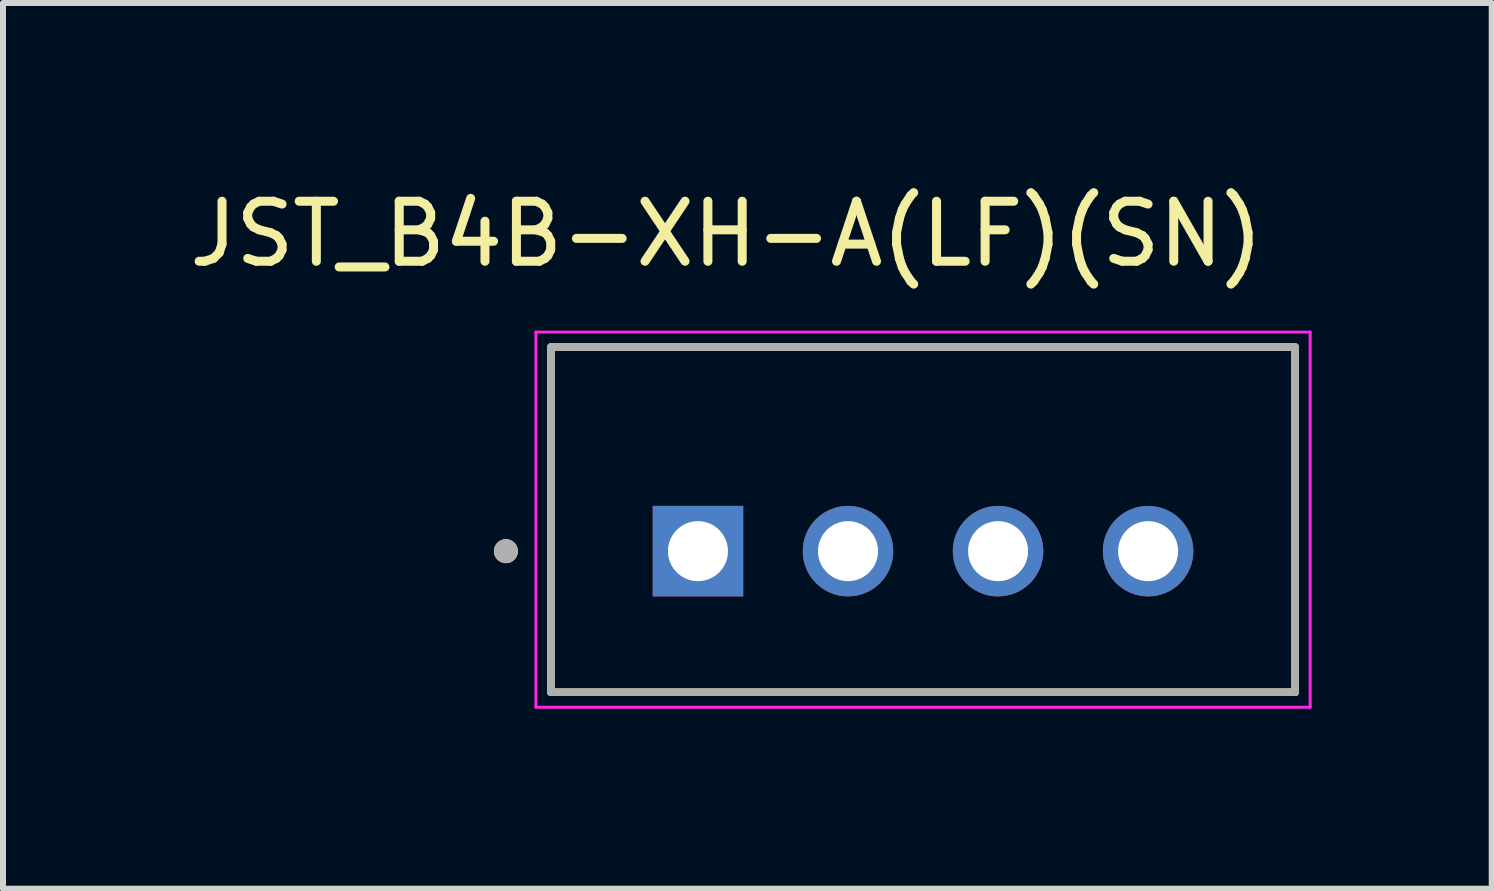
<source format=kicad_pcb>
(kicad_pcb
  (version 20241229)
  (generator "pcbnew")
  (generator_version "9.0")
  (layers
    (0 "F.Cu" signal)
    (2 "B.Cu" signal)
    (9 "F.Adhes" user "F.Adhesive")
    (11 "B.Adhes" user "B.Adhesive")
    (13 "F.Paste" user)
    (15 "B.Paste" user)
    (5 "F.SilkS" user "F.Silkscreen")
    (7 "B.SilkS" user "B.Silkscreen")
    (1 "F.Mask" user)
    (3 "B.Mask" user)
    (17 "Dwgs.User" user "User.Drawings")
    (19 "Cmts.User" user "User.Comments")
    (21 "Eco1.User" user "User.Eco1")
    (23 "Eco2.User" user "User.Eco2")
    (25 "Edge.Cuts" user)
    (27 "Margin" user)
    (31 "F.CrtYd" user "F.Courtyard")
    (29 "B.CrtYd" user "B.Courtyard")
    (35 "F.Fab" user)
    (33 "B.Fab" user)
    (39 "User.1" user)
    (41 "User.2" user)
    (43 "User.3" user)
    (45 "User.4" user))
  (footprint "JST_B4B-XH-A(LF)(SN)"
    (layer "F.Cu")
    (at 12.329 5.608)
    (property "Reference" "JST_B4B-XH-A(LF)(SN)" (at -3.275 -4.76 0) (layer "F.SilkS") (effects (font (size 1 1) (thickness 0.15))))
    (attr through_hole)
    (fp_line (start -6.2 -2.875) (end 6.2 -2.875) (stroke (width 0.127) (type solid)) (layer "F.SilkS"))
    (fp_line (start -6.2 2.875) (end -6.2 -2.875) (stroke (width 0.127) (type solid)) (layer "F.SilkS"))
    (fp_line (start 6.2 -2.875) (end 6.2 2.875) (stroke (width 0.127) (type solid)) (layer "F.SilkS"))
    (fp_line (start 6.2 2.875) (end -6.2 2.875) (stroke (width 0.127) (type solid)) (layer "F.SilkS"))
    (fp_circle (center -6.95 0.525) (end -6.85 0.525) (stroke (width 0.2) (type solid)) (fill no) (layer "F.SilkS"))
    (fp_line (start -6.45 -3.125) (end -6.45 3.125) (stroke (width 0.05) (type solid)) (layer "F.CrtYd"))
    (fp_line (start -6.45 3.125) (end 6.45 3.125) (stroke (width 0.05) (type solid)) (layer "F.CrtYd"))
    (fp_line (start 6.45 -3.125) (end -6.45 -3.125) (stroke (width 0.05) (type solid)) (layer "F.CrtYd"))
    (fp_line (start 6.45 3.125) (end 6.45 -3.125) (stroke (width 0.05) (type solid)) (layer "F.CrtYd"))
    (fp_line (start -6.2 -2.875) (end 6.2 -2.875) (stroke (width 0.127) (type solid)) (layer "F.Fab"))
    (fp_line (start -6.2 2.875) (end -6.2 -2.875) (stroke (width 0.127) (type solid)) (layer "F.Fab"))
    (fp_line (start 6.2 -2.875) (end 6.2 2.875) (stroke (width 0.127) (type solid)) (layer "F.Fab"))
    (fp_line (start 6.2 2.875) (end -6.2 2.875) (stroke (width 0.127) (type solid)) (layer "F.Fab"))
    (fp_circle (center -6.95 0.525) (end -6.85 0.525) (stroke (width 0.2) (type solid)) (fill no) (layer "F.Fab"))
    (pad "1" thru_hole rect (at -3.75 0.525) (size 1.508 1.508) (drill 1) (layers "*.Cu" "*.Mask"))
    (pad "2" thru_hole circle (at -1.25 0.525) (size 1.508 1.508) (drill 1) (layers "*.Cu" "*.Mask"))
    (pad "3" thru_hole circle (at 1.25 0.525) (size 1.508 1.508) (drill 1) (layers "*.Cu" "*.Mask"))
    (pad "4" thru_hole circle (at 3.75 0.525) (size 1.508 1.508) (drill 1) (layers "*.Cu" "*.Mask")))
  (gr_rect
    (start -3 -3)
    (end 21.804 11.758)
    (stroke (width 0.1) (type default))
    (fill no)
    (layer "Edge.Cuts")))
</source>
